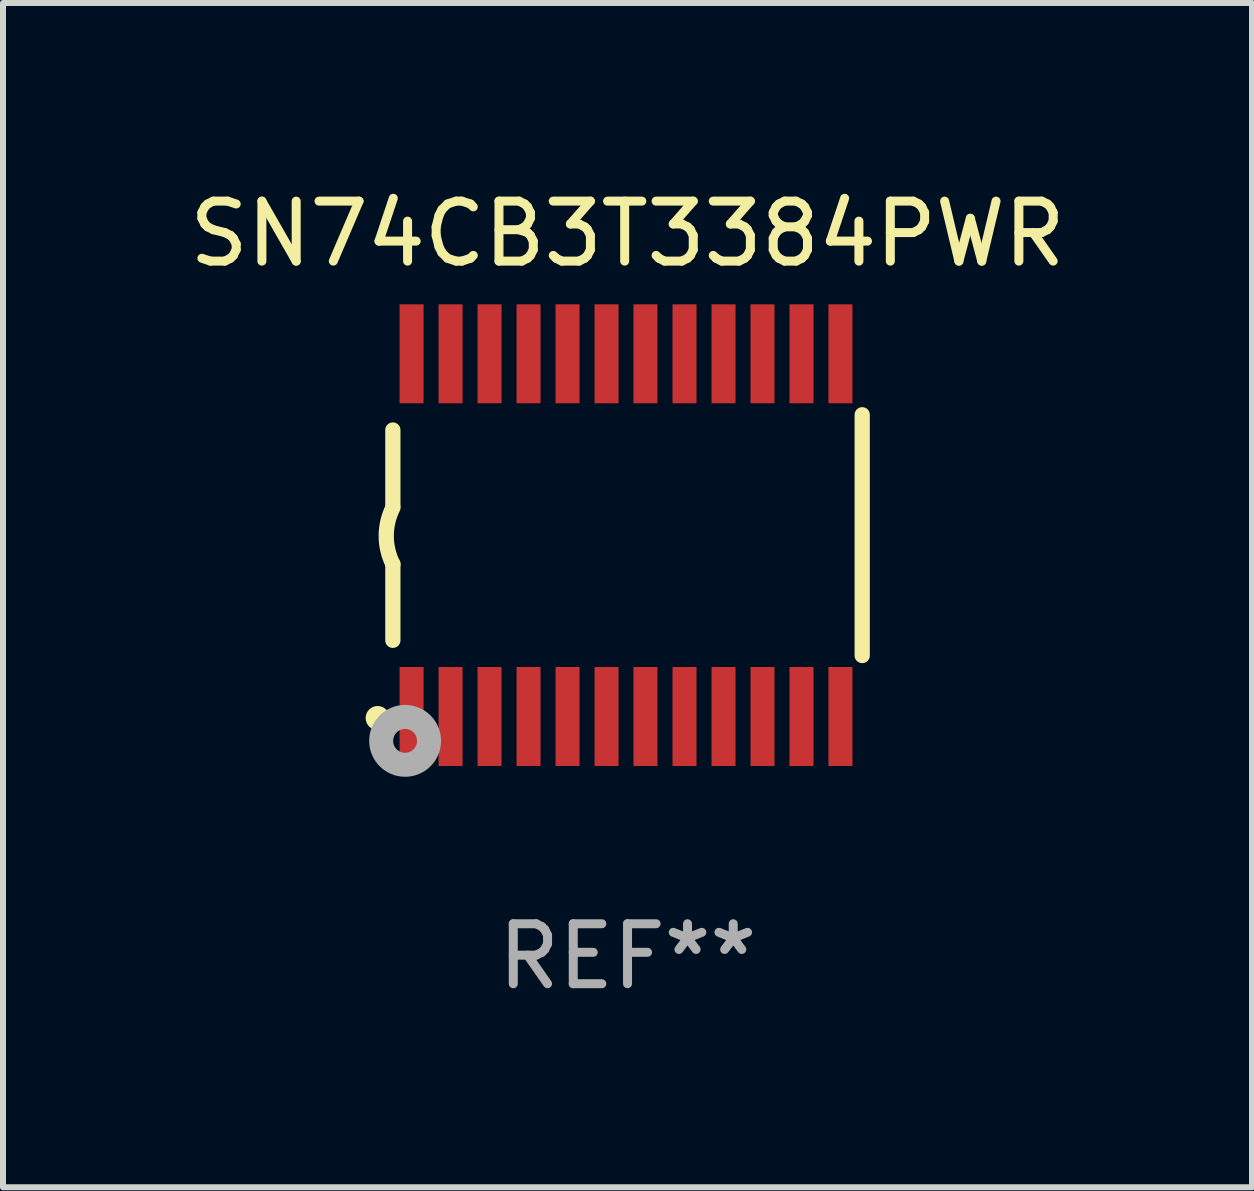
<source format=kicad_pcb>
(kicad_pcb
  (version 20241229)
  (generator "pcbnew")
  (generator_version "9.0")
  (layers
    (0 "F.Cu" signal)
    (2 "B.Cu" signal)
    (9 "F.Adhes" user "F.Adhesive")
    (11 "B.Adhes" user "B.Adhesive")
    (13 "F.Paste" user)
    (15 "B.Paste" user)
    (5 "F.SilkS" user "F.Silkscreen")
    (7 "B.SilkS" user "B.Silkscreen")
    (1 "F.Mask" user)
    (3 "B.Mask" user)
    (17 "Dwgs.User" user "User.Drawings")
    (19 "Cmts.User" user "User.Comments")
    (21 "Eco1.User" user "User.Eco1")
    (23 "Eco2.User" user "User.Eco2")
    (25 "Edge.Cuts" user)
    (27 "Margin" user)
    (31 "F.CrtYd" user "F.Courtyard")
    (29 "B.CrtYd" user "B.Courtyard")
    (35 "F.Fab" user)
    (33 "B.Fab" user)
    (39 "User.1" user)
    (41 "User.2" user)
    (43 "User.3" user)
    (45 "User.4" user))
  (footprint "SN74CB3T3384PWR"
    (layer "F.Cu")
    (at 7.411 5.871)
    (property "Reference" "SN74CB3T3384PWR" (at 0 -5.023 0) (layer "F.SilkS") (effects (font (size 1 1) (thickness 0.15))))
    (attr through_hole)
    (fp_line (start -3.912 -0.483) (end -3.912 -1.753) (stroke (width 0.254) (type solid)) (layer "F.SilkS"))
    (fp_line (start -3.912 1.753) (end -3.912 0.483) (stroke (width 0.254) (type solid)) (layer "F.SilkS"))
    (fp_line (start 3.912 -2.007) (end 3.912 2.007) (stroke (width 0.254) (type solid)) (layer "F.SilkS"))
    (fp_arc (start -3.911608 0.482601) (mid -4.022537 0.0127) (end -3.911608 -0.457201) (stroke (width 0.254001) (type solid)) (layer "F.SilkS"))
    (fp_circle (center -4.166 3.048) (end -4.066 3.048) (stroke (width 0.2) (type solid)) (fill no) (layer "F.SilkS"))
    (fp_circle (center -3.925 3.186) (end -3.895 3.186) (stroke (width 0.06) (type solid)) (fill no) (layer "F.SilkS"))
    (fp_circle (center -3.708 3.429) (end -3.509 3.429) (stroke (width 0.4) (type solid)) (fill no) (layer "F.Fab"))
    (fp_text user "REF**" (at 0 7.023 0) (layer "F.Fab") (effects (font (size 1 1) (thickness 0.15))))
    (pad "1" smd rect (at -3.6 3.023) (size 0.4 1.65) (layers "F.Cu" "F.Mask" "F.Paste"))
    (pad "2" smd rect (at -2.95 3.023) (size 0.4 1.65) (layers "F.Cu" "F.Mask" "F.Paste"))
    (pad "3" smd rect (at -2.3 3.023) (size 0.4 1.65) (layers "F.Cu" "F.Mask" "F.Paste"))
    (pad "4" smd rect (at -1.65 3.023) (size 0.4 1.65) (layers "F.Cu" "F.Mask" "F.Paste"))
    (pad "5" smd rect (at -1 3.023) (size 0.4 1.65) (layers "F.Cu" "F.Mask" "F.Paste"))
    (pad "6" smd rect (at -0.35 3.023) (size 0.4 1.65) (layers "F.Cu" "F.Mask" "F.Paste"))
    (pad "7" smd rect (at 0.299 3.023) (size 0.4 1.65) (layers "F.Cu" "F.Mask" "F.Paste"))
    (pad "8" smd rect (at 0.95 3.023) (size 0.4 1.65) (layers "F.Cu" "F.Mask" "F.Paste"))
    (pad "9" smd rect (at 1.6 3.023) (size 0.4 1.65) (layers "F.Cu" "F.Mask" "F.Paste"))
    (pad "10" smd rect (at 2.25 3.023) (size 0.4 1.65) (layers "F.Cu" "F.Mask" "F.Paste"))
    (pad "11" smd rect (at 2.9 3.023) (size 0.4 1.65) (layers "F.Cu" "F.Mask" "F.Paste"))
    (pad "12" smd rect (at 3.549 3.023) (size 0.4 1.65) (layers "F.Cu" "F.Mask" "F.Paste"))
    (pad "13" smd rect (at 3.549 -3.023) (size 0.4 1.65) (layers "F.Cu" "F.Mask" "F.Paste"))
    (pad "14" smd rect (at 2.9 -3.023) (size 0.4 1.65) (layers "F.Cu" "F.Mask" "F.Paste"))
    (pad "15" smd rect (at 2.25 -3.023) (size 0.4 1.65) (layers "F.Cu" "F.Mask" "F.Paste"))
    (pad "16" smd rect (at 1.6 -3.023) (size 0.4 1.65) (layers "F.Cu" "F.Mask" "F.Paste"))
    (pad "17" smd rect (at 0.95 -3.023) (size 0.4 1.65) (layers "F.Cu" "F.Mask" "F.Paste"))
    (pad "18" smd rect (at 0.299 -3.023) (size 0.4 1.65) (layers "F.Cu" "F.Mask" "F.Paste"))
    (pad "19" smd rect (at -0.35 -3.023) (size 0.4 1.65) (layers "F.Cu" "F.Mask" "F.Paste"))
    (pad "20" smd rect (at -1 -3.023) (size 0.4 1.65) (layers "F.Cu" "F.Mask" "F.Paste"))
    (pad "21" smd rect (at -1.65 -3.023) (size 0.4 1.65) (layers "F.Cu" "F.Mask" "F.Paste"))
    (pad "22" smd rect (at -2.3 -3.023) (size 0.4 1.65) (layers "F.Cu" "F.Mask" "F.Paste"))
    (pad "23" smd rect (at -2.95 -3.023) (size 0.4 1.65) (layers "F.Cu" "F.Mask" "F.Paste"))
    (pad "24" smd rect (at -3.6 -3.023) (size 0.4 1.65) (layers "F.Cu" "F.Mask" "F.Paste")))
  (gr_rect
    (start -3 -3)
    (end 17.821 16.742)
    (stroke (width 0.1) (type default))
    (fill no)
    (layer "Edge.Cuts")))
</source>
